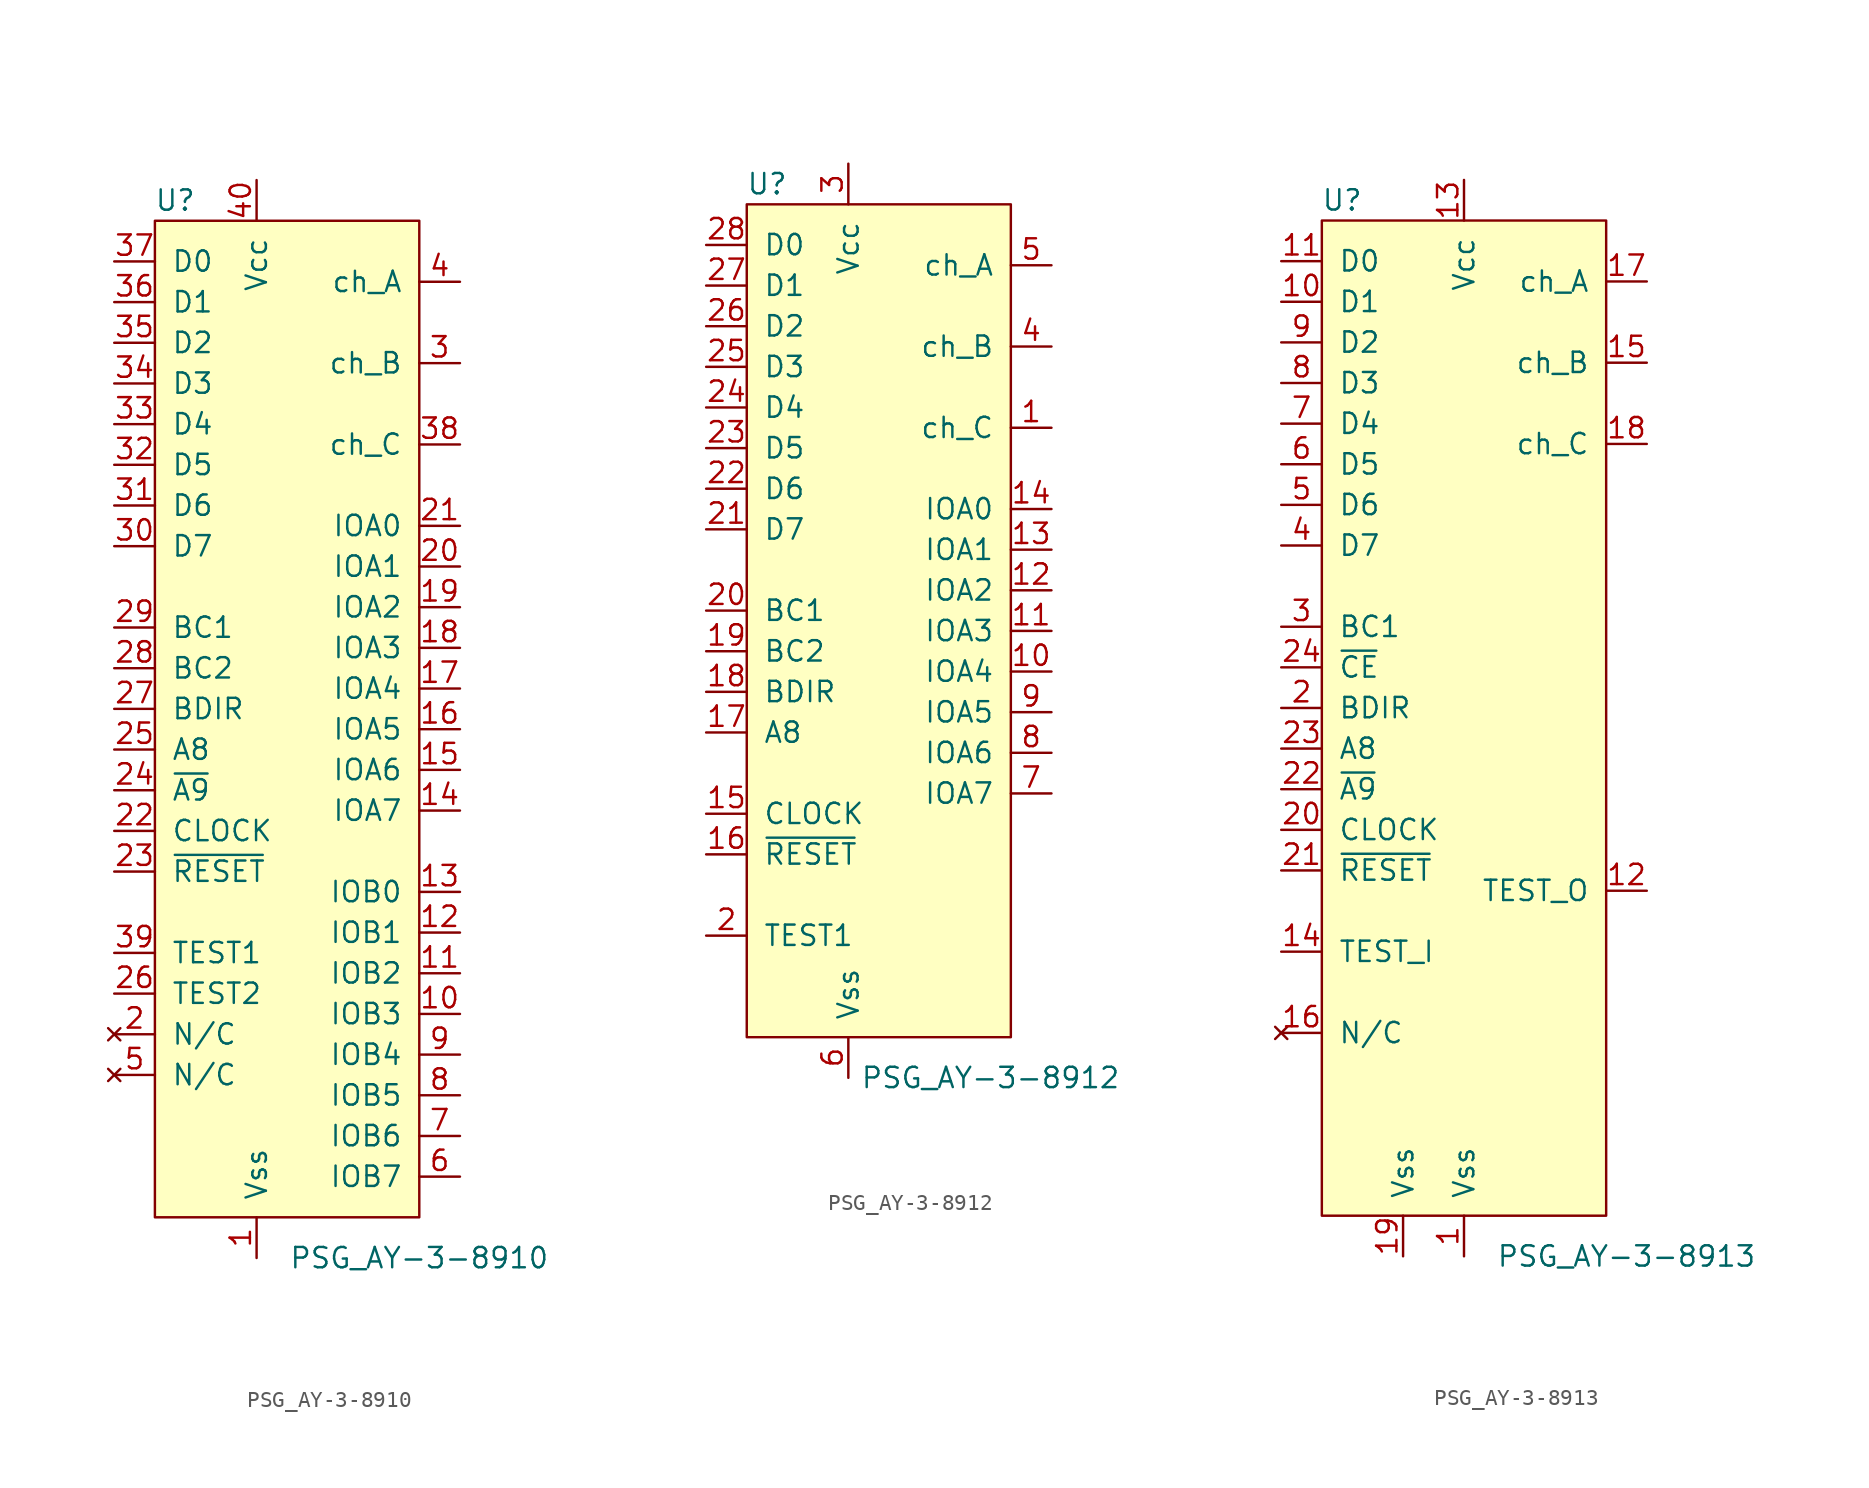
<source format=kicad_sym>
(kicad_symbol_lib
  (version 20220914)
  (generator kicad_symbol_editor)
  (symbol "PSG_AY-3-8910"
    (pin_names
      (offset 1.016))
    (property "Reference" "U"
      (at -6.35 30.48 0)
      (effects (font (size 1.27 1.27))))
    (property "Value" "PSG_AY-3-8910"
      (at 8.89 -35.56 0)
      (effects (font (size 1.27 1.27))))
    (symbol "PSG_AY-3-8910_0_1"
      (rectangle (start -7.62 29.21) (end 8.89 -33.02) (stroke (width 0) (type default)) (fill (type background))))
    (symbol "PSG_AY-3-8910_1_1"
      (pin power_in line (at -1.27 -35.56 90) (length 2.54) (name "Vss" (effects (font (size 1.27 1.27)))) (number "1" (effects (font (size 1.27 1.27)))))
      (pin bidirectional line (at 11.43 -20.32 180) (length 2.54) (name "IOB3" (effects (font (size 1.27 1.27)))) (number "10" (effects (font (size 1.27 1.27)))))
      (pin bidirectional line (at 11.43 -17.78 180) (length 2.54) (name "IOB2" (effects (font (size 1.27 1.27)))) (number "11" (effects (font (size 1.27 1.27)))))
      (pin bidirectional line (at 11.43 -15.24 180) (length 2.54) (name "IOB1" (effects (font (size 1.27 1.27)))) (number "12" (effects (font (size 1.27 1.27)))))
      (pin bidirectional line (at 11.43 -12.7 180) (length 2.54) (name "IOB0" (effects (font (size 1.27 1.27)))) (number "13" (effects (font (size 1.27 1.27)))))
      (pin bidirectional line (at 11.43 -7.62 180) (length 2.54) (name "IOA7" (effects (font (size 1.27 1.27)))) (number "14" (effects (font (size 1.27 1.27)))))
      (pin bidirectional line (at 11.43 -5.08 180) (length 2.54) (name "IOA6" (effects (font (size 1.27 1.27)))) (number "15" (effects (font (size 1.27 1.27)))))
      (pin bidirectional line (at 11.43 -2.54 180) (length 2.54) (name "IOA5" (effects (font (size 1.27 1.27)))) (number "16" (effects (font (size 1.27 1.27)))))
      (pin bidirectional line (at 11.43 0 180) (length 2.54) (name "IOA4" (effects (font (size 1.27 1.27)))) (number "17" (effects (font (size 1.27 1.27)))))
      (pin bidirectional line (at 11.43 2.54 180) (length 2.54) (name "IOA3" (effects (font (size 1.27 1.27)))) (number "18" (effects (font (size 1.27 1.27)))))
      (pin bidirectional line (at 11.43 5.08 180) (length 2.54) (name "IOA2" (effects (font (size 1.27 1.27)))) (number "19" (effects (font (size 1.27 1.27)))))
      (pin no_connect line (at -10.16 -21.59 0) (length 2.54) (name "N/C" (effects (font (size 1.27 1.27)))) (number "2" (effects (font (size 1.27 1.27)))))
      (pin bidirectional line (at 11.43 7.62 180) (length 2.54) (name "IOA1" (effects (font (size 1.27 1.27)))) (number "20" (effects (font (size 1.27 1.27)))))
      (pin bidirectional line (at 11.43 10.16 180) (length 2.54) (name "IOA0" (effects (font (size 1.27 1.27)))) (number "21" (effects (font (size 1.27 1.27)))))
      (pin input line (at -10.16 -8.89 0) (length 2.54) (name "CLOCK" (effects (font (size 1.27 1.27)))) (number "22" (effects (font (size 1.27 1.27)))))
      (pin input line (at -10.16 -11.43 0) (length 2.54) (name "~{RESET}" (effects (font (size 1.27 1.27)))) (number "23" (effects (font (size 1.27 1.27)))))
      (pin input line (at -10.16 -6.35 0) (length 2.54) (name "~{A9}" (effects (font (size 1.27 1.27)))) (number "24" (effects (font (size 1.27 1.27)))))
      (pin input line (at -10.16 -3.81 0) (length 2.54) (name "A8" (effects (font (size 1.27 1.27)))) (number "25" (effects (font (size 1.27 1.27)))))
      (pin input line (at -10.16 -19.05 0) (length 2.54) (name "TEST2" (effects (font (size 1.27 1.27)))) (number "26" (effects (font (size 1.27 1.27)))))
      (pin input line (at -10.16 -1.27 0) (length 2.54) (name "BDIR" (effects (font (size 1.27 1.27)))) (number "27" (effects (font (size 1.27 1.27)))))
      (pin input line (at -10.16 1.27 0) (length 2.54) (name "BC2" (effects (font (size 1.27 1.27)))) (number "28" (effects (font (size 1.27 1.27)))))
      (pin input line (at -10.16 3.81 0) (length 2.54) (name "BC1" (effects (font (size 1.27 1.27)))) (number "29" (effects (font (size 1.27 1.27)))))
      (pin output line (at 11.43 20.32 180) (length 2.54) (name "ch_B" (effects (font (size 1.27 1.27)))) (number "3" (effects (font (size 1.27 1.27)))))
      (pin bidirectional line (at -10.16 8.89 0) (length 2.54) (name "D7" (effects (font (size 1.27 1.27)))) (number "30" (effects (font (size 1.27 1.27)))))
      (pin bidirectional line (at -10.16 11.43 0) (length 2.54) (name "D6" (effects (font (size 1.27 1.27)))) (number "31" (effects (font (size 1.27 1.27)))))
      (pin bidirectional line (at -10.16 13.97 0) (length 2.54) (name "D5" (effects (font (size 1.27 1.27)))) (number "32" (effects (font (size 1.27 1.27)))))
      (pin bidirectional line (at -10.16 16.51 0) (length 2.54) (name "D4" (effects (font (size 1.27 1.27)))) (number "33" (effects (font (size 1.27 1.27)))))
      (pin bidirectional line (at -10.16 19.05 0) (length 2.54) (name "D3" (effects (font (size 1.27 1.27)))) (number "34" (effects (font (size 1.27 1.27)))))
      (pin bidirectional line (at -10.16 21.59 0) (length 2.54) (name "D2" (effects (font (size 1.27 1.27)))) (number "35" (effects (font (size 1.27 1.27)))))
      (pin bidirectional line (at -10.16 24.13 0) (length 2.54) (name "D1" (effects (font (size 1.27 1.27)))) (number "36" (effects (font (size 1.27 1.27)))))
      (pin bidirectional line (at -10.16 26.67 0) (length 2.54) (name "D0" (effects (font (size 1.27 1.27)))) (number "37" (effects (font (size 1.27 1.27)))))
      (pin output line (at 11.43 15.24 180) (length 2.54) (name "ch_C" (effects (font (size 1.27 1.27)))) (number "38" (effects (font (size 1.27 1.27)))))
      (pin input line (at -10.16 -16.51 0) (length 2.54) (name "TEST1" (effects (font (size 1.27 1.27)))) (number "39" (effects (font (size 1.27 1.27)))))
      (pin output line (at 11.43 25.4 180) (length 2.54) (name "ch_A" (effects (font (size 1.27 1.27)))) (number "4" (effects (font (size 1.27 1.27)))))
      (pin power_in line (at -1.27 31.75 270) (length 2.54) (name "Vcc" (effects (font (size 1.27 1.27)))) (number "40" (effects (font (size 1.27 1.27)))))
      (pin no_connect line (at -10.16 -24.13 0) (length 2.54) (name "N/C" (effects (font (size 1.27 1.27)))) (number "5" (effects (font (size 1.27 1.27)))))
      (pin bidirectional line (at 11.43 -30.48 180) (length 2.54) (name "IOB7" (effects (font (size 1.27 1.27)))) (number "6" (effects (font (size 1.27 1.27)))))
      (pin bidirectional line (at 11.43 -27.94 180) (length 2.54) (name "IOB6" (effects (font (size 1.27 1.27)))) (number "7" (effects (font (size 1.27 1.27)))))
      (pin bidirectional line (at 11.43 -25.4 180) (length 2.54) (name "IOB5" (effects (font (size 1.27 1.27)))) (number "8" (effects (font (size 1.27 1.27)))))
      (pin bidirectional line (at 11.43 -22.86 180) (length 2.54) (name "IOB4" (effects (font (size 1.27 1.27)))) (number "9" (effects (font (size 1.27 1.27)))))))
  (symbol "PSG_AY-3-8912"
    (pin_names
      (offset 1.016))
    (property "Reference" "U"
      (at -7.62 27.94 0)
      (effects (font (size 1.27 1.27))))
    (property "Value" "PSG_AY-3-8912"
      (at 6.35 -27.94 0)
      (effects (font (size 1.27 1.27))))
    (symbol "PSG_AY-3-8912_0_1"
      (rectangle (start -8.89 26.67) (end 7.62 -25.4) (stroke (width 0) (type default)) (fill (type background))))
    (symbol "PSG_AY-3-8912_1_1"
      (pin output line (at 10.16 12.7 180) (length 2.54) (name "ch_C" (effects (font (size 1.27 1.27)))) (number "1" (effects (font (size 1.27 1.27)))))
      (pin bidirectional line (at 10.16 -2.54 180) (length 2.54) (name "IOA4" (effects (font (size 1.27 1.27)))) (number "10" (effects (font (size 1.27 1.27)))))
      (pin bidirectional line (at 10.16 0 180) (length 2.54) (name "IOA3" (effects (font (size 1.27 1.27)))) (number "11" (effects (font (size 1.27 1.27)))))
      (pin bidirectional line (at 10.16 2.54 180) (length 2.54) (name "IOA2" (effects (font (size 1.27 1.27)))) (number "12" (effects (font (size 1.27 1.27)))))
      (pin bidirectional line (at 10.16 5.08 180) (length 2.54) (name "IOA1" (effects (font (size 1.27 1.27)))) (number "13" (effects (font (size 1.27 1.27)))))
      (pin bidirectional line (at 10.16 7.62 180) (length 2.54) (name "IOA0" (effects (font (size 1.27 1.27)))) (number "14" (effects (font (size 1.27 1.27)))))
      (pin input line (at -11.43 -11.43 0) (length 2.54) (name "CLOCK" (effects (font (size 1.27 1.27)))) (number "15" (effects (font (size 1.27 1.27)))))
      (pin input line (at -11.43 -13.97 0) (length 2.54) (name "~{RESET}" (effects (font (size 1.27 1.27)))) (number "16" (effects (font (size 1.27 1.27)))))
      (pin input line (at -11.43 -6.35 0) (length 2.54) (name "A8" (effects (font (size 1.27 1.27)))) (number "17" (effects (font (size 1.27 1.27)))))
      (pin input line (at -11.43 -3.81 0) (length 2.54) (name "BDIR" (effects (font (size 1.27 1.27)))) (number "18" (effects (font (size 1.27 1.27)))))
      (pin input line (at -11.43 -1.27 0) (length 2.54) (name "BC2" (effects (font (size 1.27 1.27)))) (number "19" (effects (font (size 1.27 1.27)))))
      (pin input line (at -11.43 -19.05 0) (length 2.54) (name "TEST1" (effects (font (size 1.27 1.27)))) (number "2" (effects (font (size 1.27 1.27)))))
      (pin input line (at -11.43 1.27 0) (length 2.54) (name "BC1" (effects (font (size 1.27 1.27)))) (number "20" (effects (font (size 1.27 1.27)))))
      (pin bidirectional line (at -11.43 6.35 0) (length 2.54) (name "D7" (effects (font (size 1.27 1.27)))) (number "21" (effects (font (size 1.27 1.27)))))
      (pin bidirectional line (at -11.43 8.89 0) (length 2.54) (name "D6" (effects (font (size 1.27 1.27)))) (number "22" (effects (font (size 1.27 1.27)))))
      (pin bidirectional line (at -11.43 11.43 0) (length 2.54) (name "D5" (effects (font (size 1.27 1.27)))) (number "23" (effects (font (size 1.27 1.27)))))
      (pin bidirectional line (at -11.43 13.97 0) (length 2.54) (name "D4" (effects (font (size 1.27 1.27)))) (number "24" (effects (font (size 1.27 1.27)))))
      (pin bidirectional line (at -11.43 16.51 0) (length 2.54) (name "D3" (effects (font (size 1.27 1.27)))) (number "25" (effects (font (size 1.27 1.27)))))
      (pin bidirectional line (at -11.43 19.05 0) (length 2.54) (name "D2" (effects (font (size 1.27 1.27)))) (number "26" (effects (font (size 1.27 1.27)))))
      (pin bidirectional line (at -11.43 21.59 0) (length 2.54) (name "D1" (effects (font (size 1.27 1.27)))) (number "27" (effects (font (size 1.27 1.27)))))
      (pin bidirectional line (at -11.43 24.13 0) (length 2.54) (name "D0" (effects (font (size 1.27 1.27)))) (number "28" (effects (font (size 1.27 1.27)))))
      (pin power_in line (at -2.54 29.21 270) (length 2.54) (name "Vcc" (effects (font (size 1.27 1.27)))) (number "3" (effects (font (size 1.27 1.27)))))
      (pin output line (at 10.16 17.78 180) (length 2.54) (name "ch_B" (effects (font (size 1.27 1.27)))) (number "4" (effects (font (size 1.27 1.27)))))
      (pin output line (at 10.16 22.86 180) (length 2.54) (name "ch_A" (effects (font (size 1.27 1.27)))) (number "5" (effects (font (size 1.27 1.27)))))
      (pin power_in line (at -2.54 -27.94 90) (length 2.54) (name "Vss" (effects (font (size 1.27 1.27)))) (number "6" (effects (font (size 1.27 1.27)))))
      (pin bidirectional line (at 10.16 -10.16 180) (length 2.54) (name "IOA7" (effects (font (size 1.27 1.27)))) (number "7" (effects (font (size 1.27 1.27)))))
      (pin bidirectional line (at 10.16 -7.62 180) (length 2.54) (name "IOA6" (effects (font (size 1.27 1.27)))) (number "8" (effects (font (size 1.27 1.27)))))
      (pin bidirectional line (at 10.16 -5.08 180) (length 2.54) (name "IOA5" (effects (font (size 1.27 1.27)))) (number "9" (effects (font (size 1.27 1.27)))))))
  (symbol "PSG_AY-3-8913"
    (pin_names
      (offset 1.016))
    (property "Reference" "U"
      (at -7.62 27.94 0)
      (effects (font (size 1.27 1.27))))
    (property "Value" "PSG_AY-3-8913"
      (at 10.16 -38.1 0)
      (effects (font (size 1.27 1.27))))
    (symbol "PSG_AY-3-8913_0_1"
      (rectangle (start -8.89 26.67) (end 8.89 -35.56) (stroke (width 0) (type default)) (fill (type background))))
    (symbol "PSG_AY-3-8913_1_1"
      (pin power_in line (at 0 -38.1 90) (length 2.54) (name "Vss" (effects (font (size 1.27 1.27)))) (number "1" (effects (font (size 1.27 1.27)))))
      (pin bidirectional line (at -11.43 21.59 0) (length 2.54) (name "D1" (effects (font (size 1.27 1.27)))) (number "10" (effects (font (size 1.27 1.27)))))
      (pin bidirectional line (at -11.43 24.13 0) (length 2.54) (name "D0" (effects (font (size 1.27 1.27)))) (number "11" (effects (font (size 1.27 1.27)))))
      (pin output line (at 11.43 -15.24 180) (length 2.54) (name "TEST_O" (effects (font (size 1.27 1.27)))) (number "12" (effects (font (size 1.27 1.27)))))
      (pin power_in line (at 0 29.21 270) (length 2.54) (name "Vcc" (effects (font (size 1.27 1.27)))) (number "13" (effects (font (size 1.27 1.27)))))
      (pin input line (at -11.43 -19.05 0) (length 2.54) (name "TEST_I" (effects (font (size 1.27 1.27)))) (number "14" (effects (font (size 1.27 1.27)))))
      (pin output line (at 11.43 17.78 180) (length 2.54) (name "ch_B" (effects (font (size 1.27 1.27)))) (number "15" (effects (font (size 1.27 1.27)))))
      (pin no_connect line (at -11.43 -24.13 0) (length 2.54) (name "N/C" (effects (font (size 1.27 1.27)))) (number "16" (effects (font (size 1.27 1.27)))))
      (pin output line (at 11.43 22.86 180) (length 2.54) (name "ch_A" (effects (font (size 1.27 1.27)))) (number "17" (effects (font (size 1.27 1.27)))))
      (pin output line (at 11.43 12.7 180) (length 2.54) (name "ch_C" (effects (font (size 1.27 1.27)))) (number "18" (effects (font (size 1.27 1.27)))))
      (pin power_in line (at -3.81 -38.1 90) (length 2.54) (name "Vss" (effects (font (size 1.27 1.27)))) (number "19" (effects (font (size 1.27 1.27)))))
      (pin input line (at -11.43 -3.81 0) (length 2.54) (name "BDIR" (effects (font (size 1.27 1.27)))) (number "2" (effects (font (size 1.27 1.27)))))
      (pin input line (at -11.43 -11.43 0) (length 2.54) (name "CLOCK" (effects (font (size 1.27 1.27)))) (number "20" (effects (font (size 1.27 1.27)))))
      (pin input line (at -11.43 -13.97 0) (length 2.54) (name "~{RESET}" (effects (font (size 1.27 1.27)))) (number "21" (effects (font (size 1.27 1.27)))))
      (pin input line (at -11.43 -8.89 0) (length 2.54) (name "~{A9}" (effects (font (size 1.27 1.27)))) (number "22" (effects (font (size 1.27 1.27)))))
      (pin input line (at -11.43 -6.35 0) (length 2.54) (name "A8" (effects (font (size 1.27 1.27)))) (number "23" (effects (font (size 1.27 1.27)))))
      (pin input line (at -11.43 -1.27 0) (length 2.54) (name "~{CE}" (effects (font (size 1.27 1.27)))) (number "24" (effects (font (size 1.27 1.27)))))
      (pin input line (at -11.43 1.27 0) (length 2.54) (name "BC1" (effects (font (size 1.27 1.27)))) (number "3" (effects (font (size 1.27 1.27)))))
      (pin bidirectional line (at -11.43 6.35 0) (length 2.54) (name "D7" (effects (font (size 1.27 1.27)))) (number "4" (effects (font (size 1.27 1.27)))))
      (pin bidirectional line (at -11.43 8.89 0) (length 2.54) (name "D6" (effects (font (size 1.27 1.27)))) (number "5" (effects (font (size 1.27 1.27)))))
      (pin bidirectional line (at -11.43 11.43 0) (length 2.54) (name "D5" (effects (font (size 1.27 1.27)))) (number "6" (effects (font (size 1.27 1.27)))))
      (pin bidirectional line (at -11.43 13.97 0) (length 2.54) (name "D4" (effects (font (size 1.27 1.27)))) (number "7" (effects (font (size 1.27 1.27)))))
      (pin bidirectional line (at -11.43 16.51 0) (length 2.54) (name "D3" (effects (font (size 1.27 1.27)))) (number "8" (effects (font (size 1.27 1.27)))))
      (pin bidirectional line (at -11.43 19.05 0) (length 2.54) (name "D2" (effects (font (size 1.27 1.27)))) (number "9" (effects (font (size 1.27 1.27))))))))
</source>
